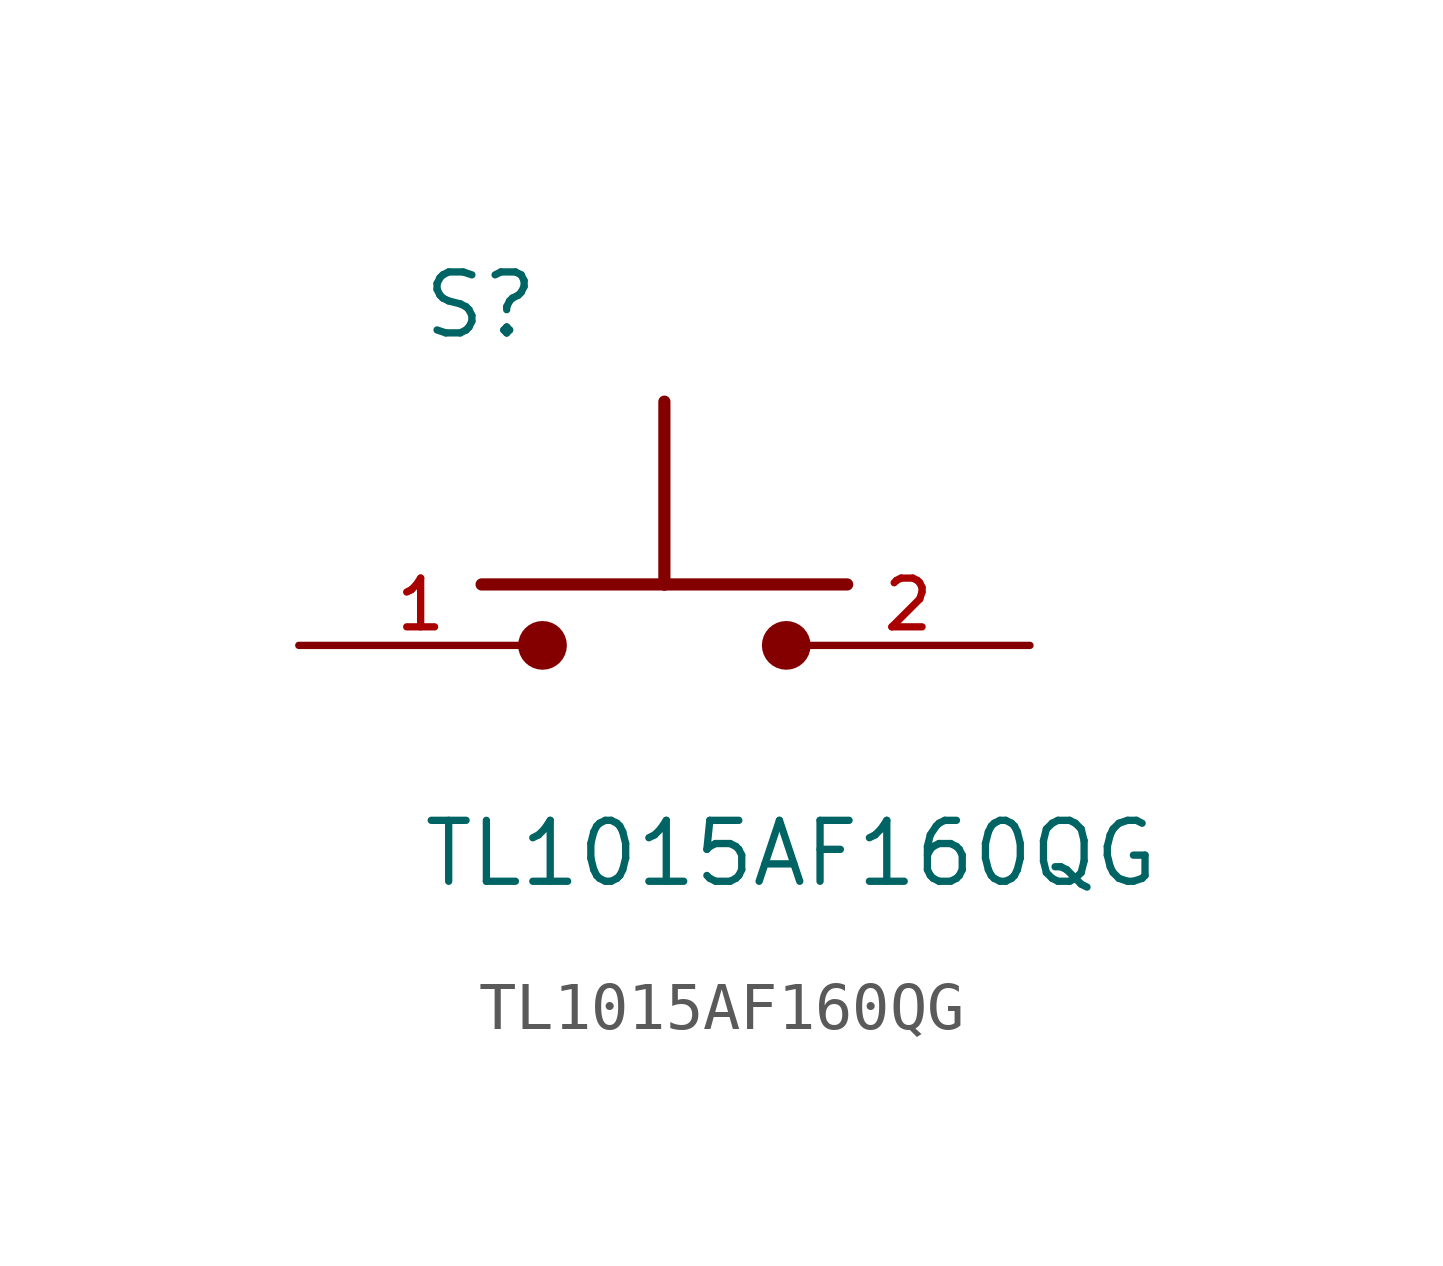
<source format=kicad_sym>
(kicad_symbol_lib
  (version 20211014)
  (generator kicad_symbol_editor)
  (symbol "TL1015AF160QG"
    (pin_names
      (offset 1.016))
    (property "Reference" "S"
      (at -5.08 6.35 0)
      (effects (font (size 1.27 1.27)) (justify bottom left)))
    (property "Value" "TL1015AF160QG"
      (at -5.08 -5.08 0)
      (effects (font (size 1.27 1.27)) (justify bottom left)))
    (symbol "TL1015AF160QG_0_0"
      (circle (center -2.54 0.0) (radius 0.254) (stroke (width 0.508)) (fill (type none)))
      (circle (center 2.54 0.0) (radius 0.254) (stroke (width 0.508)) (fill (type none)))
      (polyline (pts (xy -3.81 1.27) (xy 0.0 1.27)) (stroke (width 0.254)))
      (polyline (pts (xy 0.0 1.27) (xy 3.81 1.27)) (stroke (width 0.254)))
      (polyline (pts (xy 0.0 1.27) (xy 0.0 5.08)) (stroke (width 0.254)))
      (pin passive line (at -7.62 0.0 0) (length 5.08) (name "~" (effects (font (size 1.016 1.016)))) (number "1" (effects (font (size 1.016 1.016)))))
      (pin passive line (at 7.62 0.0 180.0) (length 5.08) (name "~" (effects (font (size 1.016 1.016)))) (number "2" (effects (font (size 1.016 1.016))))))))
</source>
